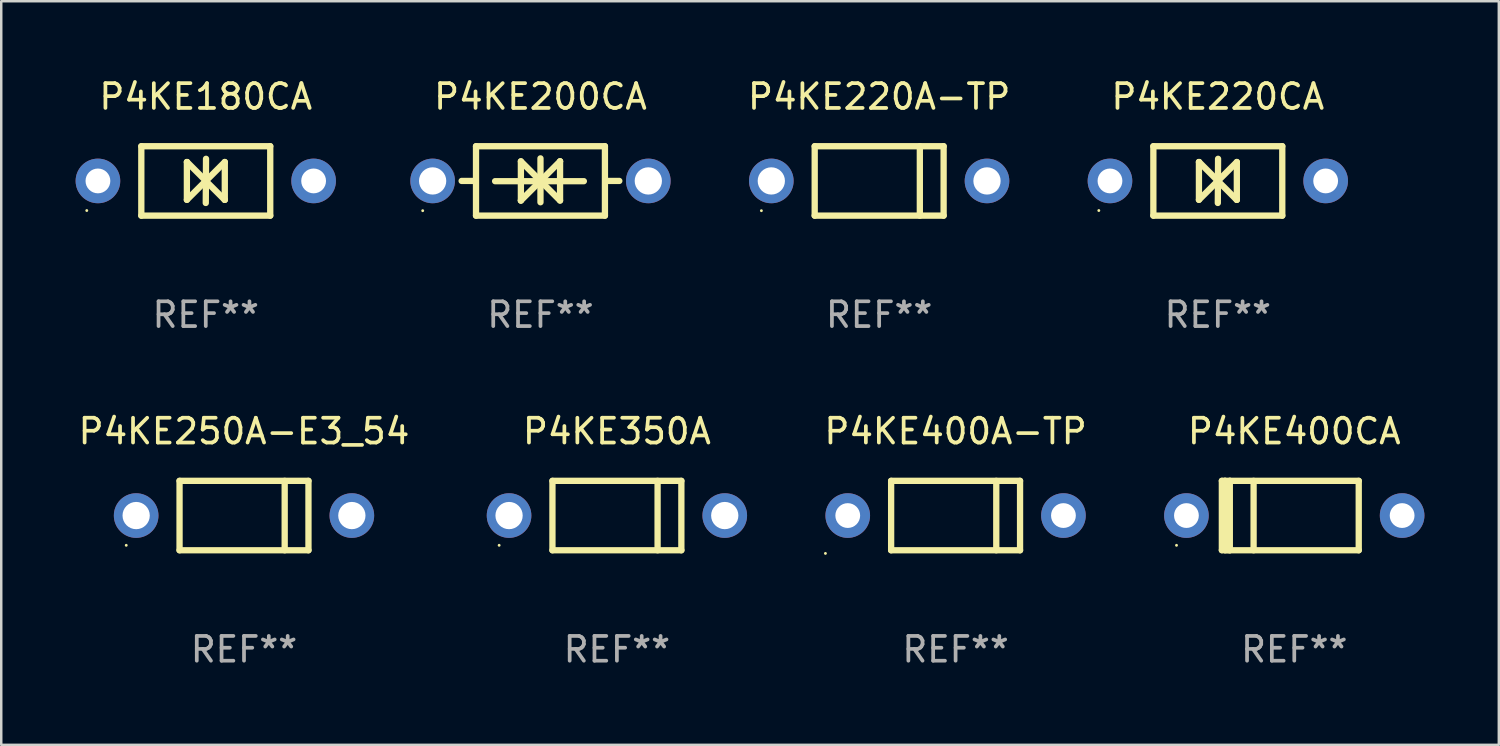
<source format=kicad_pcb>
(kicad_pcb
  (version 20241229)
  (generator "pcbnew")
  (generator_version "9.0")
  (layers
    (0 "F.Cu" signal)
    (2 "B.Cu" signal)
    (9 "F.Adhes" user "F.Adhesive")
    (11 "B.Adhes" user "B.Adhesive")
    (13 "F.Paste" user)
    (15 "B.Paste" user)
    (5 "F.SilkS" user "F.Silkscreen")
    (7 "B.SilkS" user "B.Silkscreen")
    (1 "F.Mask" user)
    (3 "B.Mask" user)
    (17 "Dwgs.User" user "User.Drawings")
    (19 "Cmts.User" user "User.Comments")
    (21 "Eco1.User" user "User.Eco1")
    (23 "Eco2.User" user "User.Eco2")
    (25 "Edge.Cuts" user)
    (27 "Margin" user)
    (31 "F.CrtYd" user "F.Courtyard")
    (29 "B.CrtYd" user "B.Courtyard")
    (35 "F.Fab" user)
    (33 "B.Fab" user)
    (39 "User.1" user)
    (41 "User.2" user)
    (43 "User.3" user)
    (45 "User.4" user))
  (footprint "P4KE400A-TP"
    (layer "F.Cu")
    (at 35.494 17.745)
    (property "Reference" "P4KE400A-TP" (at 0 -3.4 0) (layer "F.SilkS") (effects (font (size 1 1) (thickness 0.15))))
    (attr through_hole)
    (fp_line (start -2.6 1.4) (end -2.6 -1.4) (stroke (width 0.254) (type solid)) (layer "F.SilkS"))
    (fp_line (start 1.641 1.4) (end 1.641 -1.4) (stroke (width 0.254) (type solid)) (layer "F.SilkS"))
    (fp_line (start 2.6 -1.4) (end -2.6 -1.4) (stroke (width 0.254) (type solid)) (layer "F.SilkS"))
    (fp_line (start 2.6 1.4) (end -2.6 1.4) (stroke (width 0.254) (type solid)) (layer "F.SilkS"))
    (fp_line (start 2.6 1.4) (end 2.6 -1.4) (stroke (width 0.254) (type solid)) (layer "F.SilkS"))
    (fp_circle (center -5.25 1.527) (end -5.22 1.527) (stroke (width 0.06) (type solid)) (fill no) (layer "F.SilkS"))
    (fp_text user "REF**" (at 0 5.4 0) (layer "F.Fab") (effects (font (size 1 1) (thickness 0.15))))
    (pad "1" thru_hole circle (at -4.35 0) (size 1.8 1.8) (drill 1) (layers "*.Cu" "*.Mask"))
    (pad "2" thru_hole circle (at 4.35 0) (size 1.8 1.8) (drill 1) (layers "*.Cu" "*.Mask")))
  (footprint "P4KE220A-TP"
    (layer "F.Cu")
    (at 32.411 4.248)
    (property "Reference" "P4KE220A-TP" (at 0 -3.4 0) (layer "F.SilkS") (effects (font (size 1 1) (thickness 0.15))))
    (attr through_hole)
    (fp_line (start -2.6 1.4) (end -2.6 -1.4) (stroke (width 0.254) (type solid)) (layer "F.SilkS"))
    (fp_line (start 1.641 1.4) (end 1.641 -1.4) (stroke (width 0.254) (type solid)) (layer "F.SilkS"))
    (fp_line (start 2.6 -1.4) (end -2.6 -1.4) (stroke (width 0.254) (type solid)) (layer "F.SilkS"))
    (fp_line (start 2.6 1.4) (end -2.6 1.4) (stroke (width 0.254) (type solid)) (layer "F.SilkS"))
    (fp_line (start 2.6 1.4) (end 2.6 -1.4) (stroke (width 0.254) (type solid)) (layer "F.SilkS"))
    (fp_circle (center -4.75 1.2) (end -4.72 1.2) (stroke (width 0.06) (type solid)) (fill no) (layer "F.SilkS"))
    (fp_text user "REF**" (at 0 5.4 0) (layer "F.Fab") (effects (font (size 1 1) (thickness 0.15))))
    (pad "1" thru_hole circle (at -4.35 0) (size 1.8 1.8) (drill 1.1) (layers "*.Cu" "*.Mask"))
    (pad "2" thru_hole circle (at 4.35 0) (size 1.8 1.8) (drill 1.1) (layers "*.Cu" "*.Mask")))
  (footprint "P4KE180CA"
    (layer "F.Cu")
    (at 5.25 4.248)
    (property "Reference" "P4KE180CA" (at 0 -3.4 0) (layer "F.SilkS") (effects (font (size 1 1) (thickness 0.15))))
    (attr through_hole)
    (fp_line (start -2.6 1.4) (end -2.6 -1.4) (stroke (width 0.254) (type solid)) (layer "F.SilkS"))
    (fp_line (start -0.762 -0.762) (end -0.762 0.762) (stroke (width 0.254) (type solid)) (layer "F.SilkS"))
    (fp_line (start -0.762 0.762) (end 0.006 -0.006) (stroke (width 0.254) (type solid)) (layer "F.SilkS"))
    (fp_line (start -0.755 -0.762) (end -0.762 -0.762) (stroke (width 0.254) (type solid)) (layer "F.SilkS"))
    (fp_line (start -0.001 0.004) (end -0.001 0.095) (stroke (width 0.254) (type solid)) (layer "F.SilkS"))
    (fp_line (start 0 0) (end 0.761 0.761) (stroke (width 0.254) (type solid)) (layer "F.SilkS"))
    (fp_line (start 0 0.889) (end 0.01 -0.892) (stroke (width 0.254) (type solid)) (layer "F.SilkS"))
    (fp_line (start 0.005 -0.001) (end -0.755 -0.762) (stroke (width 0.254) (type solid)) (layer "F.SilkS"))
    (fp_line (start 0.006 -0.006) (end 0.006 -0.096) (stroke (width 0.254) (type solid)) (layer "F.SilkS"))
    (fp_line (start 0.761 0.761) (end 0.767 0.761) (stroke (width 0.254) (type solid)) (layer "F.SilkS"))
    (fp_line (start 0.767 -0.763) (end -0.001 0.004) (stroke (width 0.254) (type solid)) (layer "F.SilkS"))
    (fp_line (start 0.767 0.761) (end 0.767 -0.763) (stroke (width 0.254) (type solid)) (layer "F.SilkS"))
    (fp_line (start 2.6 -1.4) (end -2.6 -1.4) (stroke (width 0.254) (type solid)) (layer "F.SilkS"))
    (fp_line (start 2.6 1.4) (end -2.6 1.4) (stroke (width 0.254) (type solid)) (layer "F.SilkS"))
    (fp_line (start 2.6 1.4) (end 2.6 -1.4) (stroke (width 0.254) (type solid)) (layer "F.SilkS"))
    (fp_circle (center -4.8 1.194) (end -4.77 1.194) (stroke (width 0.06) (type solid)) (fill no) (layer "F.SilkS"))
    (fp_text user "REF**" (at 0 5.4 0) (layer "F.Fab") (effects (font (size 1 1) (thickness 0.15))))
    (pad "1" thru_hole circle (at -4.35 0) (size 1.8 1.8) (drill 1) (layers "*.Cu" "*.Mask"))
    (pad "2" thru_hole circle (at 4.35 0) (size 1.8 1.8) (drill 1) (layers "*.Cu" "*.Mask")))
  (footprint "P4KE400CA"
    (layer "F.Cu")
    (at 49.155 17.745)
    (property "Reference" "P4KE400CA" (at 0 -3.4 0) (layer "F.SilkS") (effects (font (size 1 1) (thickness 0.15))))
    (attr through_hole)
    (fp_line (start -2.921 1.397) (end -2.921 -1.4) (stroke (width 0.254) (type solid)) (layer "F.SilkS"))
    (fp_line (start -2.794 -1.4) (end -2.921 -1.4) (stroke (width 0.254) (type solid)) (layer "F.SilkS"))
    (fp_line (start -2.794 -1.4) (end -2.794 1.397) (stroke (width 0.254) (type solid)) (layer "F.SilkS"))
    (fp_line (start -2.794 1.397) (end -2.6 1.397) (stroke (width 0.254) (type solid)) (layer "F.SilkS"))
    (fp_line (start -2.667 1.397) (end -2.921 1.397) (stroke (width 0.254) (type solid)) (layer "F.SilkS"))
    (fp_line (start -2.6 -1.4) (end -2.794 -1.4) (stroke (width 0.254) (type solid)) (layer "F.SilkS"))
    (fp_line (start -2.6 -1.4) (end -2.6 1.4) (stroke (width 0.254) (type solid)) (layer "F.SilkS"))
    (fp_line (start -2.6 -1.4) (end 2.6 -1.4) (stroke (width 0.254) (type solid)) (layer "F.SilkS"))
    (fp_line (start -2.6 1.4) (end 2.6 1.4) (stroke (width 0.254) (type solid)) (layer "F.SilkS"))
    (fp_line (start -1.641 -1.4) (end -1.641 1.4) (stroke (width 0.254) (type solid)) (layer "F.SilkS"))
    (fp_line (start 2.6 -1.4) (end 2.6 1.4) (stroke (width 0.254) (type solid)) (layer "F.SilkS"))
    (fp_circle (center -4.75 1.2) (end -4.72 1.2) (stroke (width 0.06) (type solid)) (fill no) (layer "F.SilkS"))
    (fp_text user "REF**" (at 0 5.4 0) (layer "F.Fab") (effects (font (size 1 1) (thickness 0.15))))
    (pad "1" thru_hole circle (at -4.35 0) (size 1.8 1.8) (drill 1) (layers "*.Cu" "*.Mask"))
    (pad "2" thru_hole circle (at 4.35 0) (size 1.8 1.8) (drill 1) (layers "*.Cu" "*.Mask")))
  (footprint "P4KE250A-E3_54"
    (layer "F.Cu")
    (at 6.792 17.745)
    (property "Reference" "P4KE250A-E3_54" (at 0 -3.4 0) (layer "F.SilkS") (effects (font (size 1 1) (thickness 0.15))))
    (attr through_hole)
    (fp_line (start -2.6 1.4) (end -2.6 -1.4) (stroke (width 0.254) (type solid)) (layer "F.SilkS"))
    (fp_line (start 1.641 1.4) (end 1.641 -1.4) (stroke (width 0.254) (type solid)) (layer "F.SilkS"))
    (fp_line (start 2.6 -1.4) (end -2.6 -1.4) (stroke (width 0.254) (type solid)) (layer "F.SilkS"))
    (fp_line (start 2.6 1.4) (end -2.6 1.4) (stroke (width 0.254) (type solid)) (layer "F.SilkS"))
    (fp_line (start 2.6 1.4) (end 2.6 -1.4) (stroke (width 0.254) (type solid)) (layer "F.SilkS"))
    (fp_circle (center -4.75 1.2) (end -4.72 1.2) (stroke (width 0.06) (type solid)) (fill no) (layer "F.SilkS"))
    (fp_text user "REF**" (at 0 5.4 0) (layer "F.Fab") (effects (font (size 1 1) (thickness 0.15))))
    (pad "1" thru_hole circle (at -4.35 0) (size 1.8 1.8) (drill 1.1) (layers "*.Cu" "*.Mask"))
    (pad "2" thru_hole circle (at 4.35 0) (size 1.8 1.8) (drill 1.1) (layers "*.Cu" "*.Mask")))
  (footprint "P4KE220CA"
    (layer "F.Cu")
    (at 46.071 4.248)
    (property "Reference" "P4KE220CA" (at 0 -3.4 0) (layer "F.SilkS") (effects (font (size 1 1) (thickness 0.15))))
    (attr through_hole)
    (fp_line (start -2.6 1.4) (end -2.6 -1.4) (stroke (width 0.254) (type solid)) (layer "F.SilkS"))
    (fp_line (start -0.762 -0.762) (end -0.762 0.762) (stroke (width 0.254) (type solid)) (layer "F.SilkS"))
    (fp_line (start -0.762 0.762) (end 0.006 -0.006) (stroke (width 0.254) (type solid)) (layer "F.SilkS"))
    (fp_line (start -0.755 -0.762) (end -0.762 -0.762) (stroke (width 0.254) (type solid)) (layer "F.SilkS"))
    (fp_line (start -0.001 0.004) (end -0.001 0.095) (stroke (width 0.254) (type solid)) (layer "F.SilkS"))
    (fp_line (start 0 0) (end 0.761 0.761) (stroke (width 0.254) (type solid)) (layer "F.SilkS"))
    (fp_line (start 0 0.889) (end 0.01 -0.892) (stroke (width 0.254) (type solid)) (layer "F.SilkS"))
    (fp_line (start 0.005 -0.001) (end -0.755 -0.762) (stroke (width 0.254) (type solid)) (layer "F.SilkS"))
    (fp_line (start 0.006 -0.006) (end 0.006 -0.096) (stroke (width 0.254) (type solid)) (layer "F.SilkS"))
    (fp_line (start 0.761 0.761) (end 0.767 0.761) (stroke (width 0.254) (type solid)) (layer "F.SilkS"))
    (fp_line (start 0.767 -0.763) (end -0.001 0.004) (stroke (width 0.254) (type solid)) (layer "F.SilkS"))
    (fp_line (start 0.767 0.761) (end 0.767 -0.763) (stroke (width 0.254) (type solid)) (layer "F.SilkS"))
    (fp_line (start 2.6 -1.4) (end -2.6 -1.4) (stroke (width 0.254) (type solid)) (layer "F.SilkS"))
    (fp_line (start 2.6 1.4) (end -2.6 1.4) (stroke (width 0.254) (type solid)) (layer "F.SilkS"))
    (fp_line (start 2.6 1.4) (end 2.6 -1.4) (stroke (width 0.254) (type solid)) (layer "F.SilkS"))
    (fp_circle (center -4.8 1.194) (end -4.77 1.194) (stroke (width 0.06) (type solid)) (fill no) (layer "F.SilkS"))
    (fp_text user "REF**" (at 0 5.4 0) (layer "F.Fab") (effects (font (size 1 1) (thickness 0.15))))
    (pad "1" thru_hole circle (at -4.35 0) (size 1.8 1.8) (drill 1) (layers "*.Cu" "*.Mask"))
    (pad "2" thru_hole circle (at 4.35 0) (size 1.8 1.8) (drill 1) (layers "*.Cu" "*.Mask")))
  (footprint "P4KE200CA"
    (layer "F.Cu")
    (at 18.75 4.248)
    (property "Reference" "P4KE200CA" (at 0 -3.4 0) (layer "F.SilkS") (effects (font (size 1 1) (thickness 0.15))))
    (attr through_hole)
    (fp_line (start -2.61 0) (end -3.18 0) (stroke (width 0.254) (type solid)) (layer "F.SilkS"))
    (fp_line (start -2.6 1.4) (end -2.6 -1.4) (stroke (width 0.254) (type solid)) (layer "F.SilkS"))
    (fp_line (start -1.83 0.01) (end 1.75 0.01) (stroke (width 0.254) (type solid)) (layer "F.SilkS"))
    (fp_line (start -0.79 -0.79) (end -0.79 0.79) (stroke (width 0.254) (type solid)) (layer "F.SilkS"))
    (fp_line (start -0.79 0.79) (end -0.79 0.79) (stroke (width 0.254) (type solid)) (layer "F.SilkS"))
    (fp_line (start -0.79 0.79) (end 0.000025 0) (stroke (width 0.254) (type solid)) (layer "F.SilkS"))
    (fp_line (start 0 -0.91) (end 0 0.86) (stroke (width 0.254) (type solid)) (layer "F.SilkS"))
    (fp_line (start 0.000025 0) (end -0.79 -0.79) (stroke (width 0.254) (type solid)) (layer "F.SilkS"))
    (fp_line (start 0.000025 0) (end 0.79 0.79) (stroke (width 0.254) (type solid)) (layer "F.SilkS"))
    (fp_line (start 0.79 -0.79) (end 0.000025 0) (stroke (width 0.254) (type solid)) (layer "F.SilkS"))
    (fp_line (start 0.79 -0.79) (end 0.79 -0.79) (stroke (width 0.254) (type solid)) (layer "F.SilkS"))
    (fp_line (start 0.79 0.79) (end 0.79 -0.79) (stroke (width 0.254) (type solid)) (layer "F.SilkS"))
    (fp_line (start 2.6 -1.4) (end -2.6 -1.4) (stroke (width 0.254) (type solid)) (layer "F.SilkS"))
    (fp_line (start 2.6 1.4) (end -2.6 1.4) (stroke (width 0.254) (type solid)) (layer "F.SilkS"))
    (fp_line (start 2.6 1.4) (end 2.6 -1.4) (stroke (width 0.254) (type solid)) (layer "F.SilkS"))
    (fp_line (start 2.61 0) (end 3.18 0) (stroke (width 0.254) (type solid)) (layer "F.SilkS"))
    (fp_circle (center -4.75 1.2) (end -4.72 1.2) (stroke (width 0.06) (type solid)) (fill no) (layer "F.SilkS"))
    (fp_text user "REF**" (at 0 5.4 0) (layer "F.Fab") (effects (font (size 1 1) (thickness 0.15))))
    (pad "1" thru_hole circle (at -4.35 0) (size 1.8 1.8) (drill 1.1) (layers "*.Cu" "*.Mask"))
    (pad "2" thru_hole circle (at 4.35 0) (size 1.8 1.8) (drill 1.1) (layers "*.Cu" "*.Mask")))
  (footprint "P4KE350A"
    (layer "F.Cu")
    (at 21.833 17.745)
    (property "Reference" "P4KE350A" (at 0 -3.4 0) (layer "F.SilkS") (effects (font (size 1 1) (thickness 0.15))))
    (attr through_hole)
    (fp_line (start -2.6 1.4) (end -2.6 -1.4) (stroke (width 0.254) (type solid)) (layer "F.SilkS"))
    (fp_line (start 1.641 1.4) (end 1.641 -1.4) (stroke (width 0.254) (type solid)) (layer "F.SilkS"))
    (fp_line (start 2.6 -1.4) (end -2.6 -1.4) (stroke (width 0.254) (type solid)) (layer "F.SilkS"))
    (fp_line (start 2.6 1.4) (end -2.6 1.4) (stroke (width 0.254) (type solid)) (layer "F.SilkS"))
    (fp_line (start 2.6 1.4) (end 2.6 -1.4) (stroke (width 0.254) (type solid)) (layer "F.SilkS"))
    (fp_circle (center -4.75 1.2) (end -4.72 1.2) (stroke (width 0.06) (type solid)) (fill no) (layer "F.SilkS"))
    (fp_text user "REF**" (at 0 5.4 0) (layer "F.Fab") (effects (font (size 1 1) (thickness 0.15))))
    (pad "1" thru_hole circle (at -4.35 0) (size 1.8 1.8) (drill 1.1) (layers "*.Cu" "*.Mask"))
    (pad "2" thru_hole circle (at 4.35 0) (size 1.8 1.8) (drill 1.1) (layers "*.Cu" "*.Mask")))
  (gr_rect
    (start -3 -3)
    (end 57.405 26.993)
    (stroke (width 0.1) (type default))
    (fill no)
    (layer "Edge.Cuts")))
</source>
